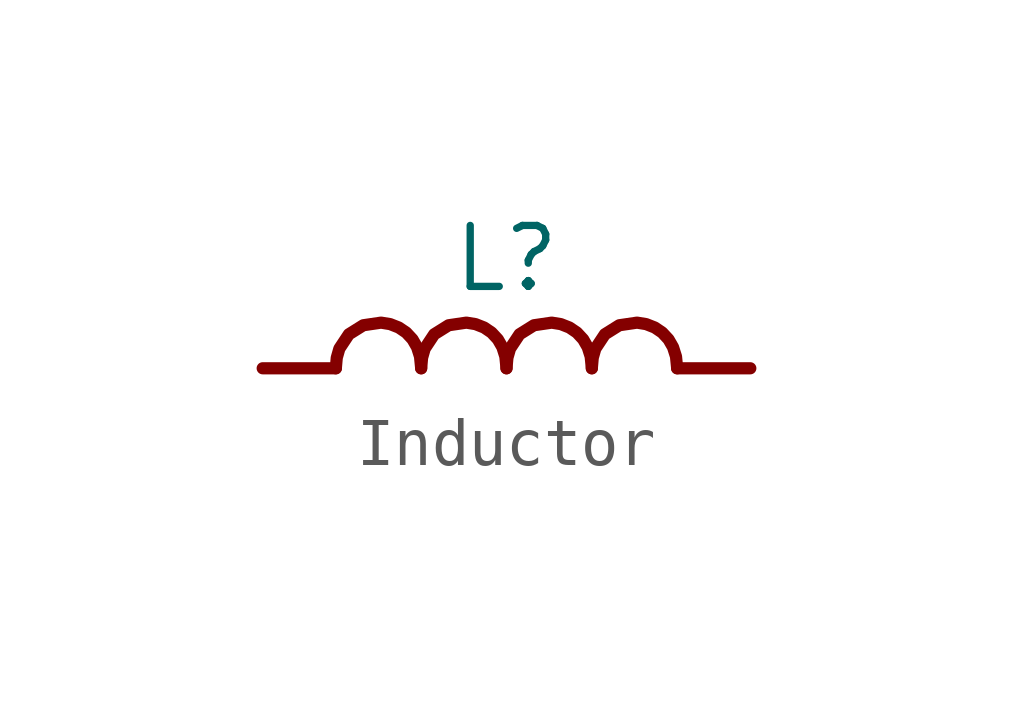
<source format=kicad_sym>
(kicad_symbol_lib
  (version 20241209)
  (generator "kicad_symbol_editor")
  (generator_version "9.0")
  (symbol "Inductor"
    (property "Reference" "L"
      (at 0 1.016 0)
      (effects (font (size 1.27 1.27))))
    (property "Value" ""
      (at 0 0 0)
      (effects (font (size 1.27 1.27))))
    (symbol "Inductor_1_1"
      (bezier (pts (xy -3.556 -1.27) (xy -3.556 0) (xy -1.778 0) (xy -1.778 -1.27)) (stroke (width 0.254) (type solid)) (fill (type none)))
      (polyline (pts (xy -3.556 -1.27) (xy -5.08 -1.27)) (stroke (width 0.254) (type solid)) (fill (type none)))
      (bezier (pts (xy -1.778 -1.27) (xy -1.778 0) (xy 0 0) (xy 0 -1.27)) (stroke (width 0.254) (type solid)) (fill (type none)))
      (bezier (pts (xy 0 -1.27) (xy 0 0) (xy 1.778 0) (xy 1.778 -1.27)) (stroke (width 0.254) (type solid)) (fill (type none)))
      (bezier (pts (xy 1.778 -1.27) (xy 1.778 0) (xy 3.556 0) (xy 3.556 -1.27)) (stroke (width 0.254) (type solid)) (fill (type none)))
      (polyline (pts (xy 3.556 -1.27) (xy 5.08 -1.27)) (stroke (width 0.254) (type solid)) (fill (type none)))
      (pin passive line (at -5.08 -1.27 0) (length 0) (name "" (effects (font (size 1.27 1.27)))) (number "" (effects (font (size 1.27 1.27)))))
      (pin passive line (at 5.08 -1.27 180) (length 0) (name "" (effects (font (size 1.27 1.27)))) (number "" (effects (font (size 1.27 1.27))))))))
</source>
